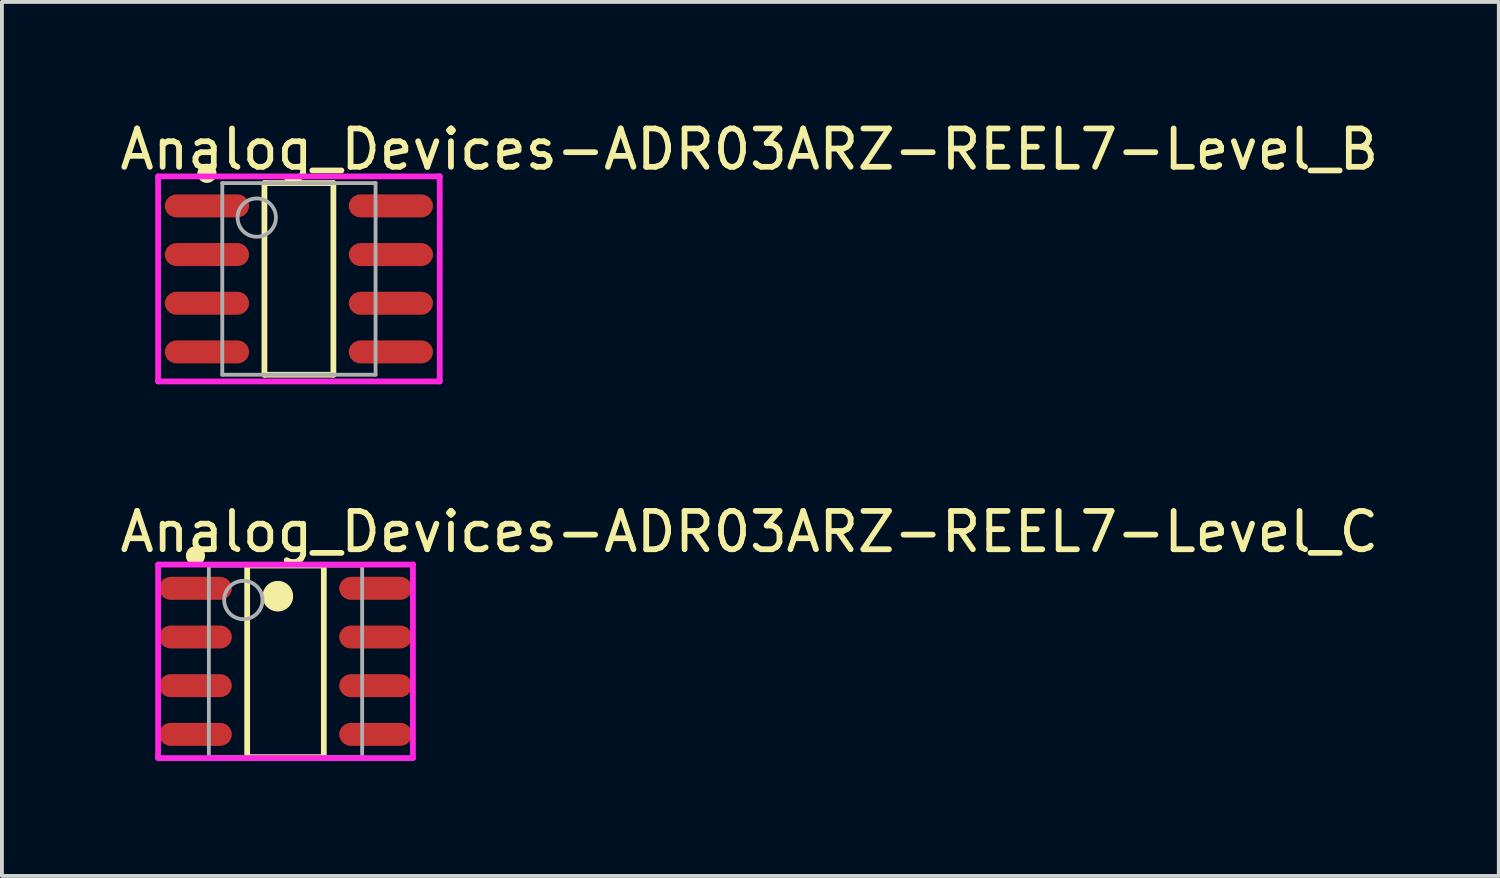
<source format=kicad_pcb>
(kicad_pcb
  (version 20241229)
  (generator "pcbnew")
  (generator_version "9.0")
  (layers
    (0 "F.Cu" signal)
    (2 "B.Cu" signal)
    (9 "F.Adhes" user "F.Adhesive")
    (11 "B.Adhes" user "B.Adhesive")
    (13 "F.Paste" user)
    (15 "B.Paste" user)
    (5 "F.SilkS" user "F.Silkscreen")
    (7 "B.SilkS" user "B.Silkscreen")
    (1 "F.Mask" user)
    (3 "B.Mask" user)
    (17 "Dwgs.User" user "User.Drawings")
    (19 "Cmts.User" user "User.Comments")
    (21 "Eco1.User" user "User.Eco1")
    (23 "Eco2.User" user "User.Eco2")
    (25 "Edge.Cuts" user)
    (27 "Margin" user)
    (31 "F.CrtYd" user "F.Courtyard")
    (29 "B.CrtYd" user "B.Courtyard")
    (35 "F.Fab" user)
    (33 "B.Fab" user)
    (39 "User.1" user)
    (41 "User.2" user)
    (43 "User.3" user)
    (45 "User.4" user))
  (footprint "Analog_Devices-ADR03ARZ-REEL7-Level_C"
    (layer "F.Cu")
    (at 4.4 14.207)
    (property "Reference" "Analog_Devices-ADR03ARZ-REEL7-Level_C" (at -4.4 -3.38 0) (layer "F.SilkS") (effects (font (size 1 1) (thickness 0.15)) (justify left)))
    (attr through_hole)
    (fp_line (start -1 -2.5) (end 1 -2.5) (stroke (width 0.15) (type solid)) (layer "F.SilkS"))
    (fp_line (start -1 2.5) (end -1 -2.5) (stroke (width 0.15) (type solid)) (layer "F.SilkS"))
    (fp_line (start -1 2.5) (end 1 2.5) (stroke (width 0.15) (type solid)) (layer "F.SilkS"))
    (fp_line (start 1 2.5) (end 1 -2.5) (stroke (width 0.15) (type solid)) (layer "F.SilkS"))
    (fp_circle (center -2.35 -2.755) (end -2.225 -2.755) (stroke (width 0.25) (type solid)) (fill no) (layer "F.SilkS"))
    (fp_circle (center -0.2 -1.7) (end 0 -1.7) (stroke (width 0.4) (type solid)) (fill no) (layer "F.SilkS"))
    (fp_line (start -3.325 -2.525) (end -3.325 2.525) (stroke (width 0.15) (type solid)) (layer "F.CrtYd"))
    (fp_line (start -3.325 2.525) (end 3.325 2.525) (stroke (width 0.15) (type solid)) (layer "F.CrtYd"))
    (fp_line (start 3.325 -2.525) (end -3.325 -2.525) (stroke (width 0.15) (type solid)) (layer "F.CrtYd"))
    (fp_line (start 3.325 -2.525) (end 3.325 -2.525) (stroke (width 0.15) (type solid)) (layer "F.CrtYd"))
    (fp_line (start 3.325 2.525) (end 3.325 -2.525) (stroke (width 0.15) (type solid)) (layer "F.CrtYd"))
    (fp_line (start -2 -2.5) (end 2 -2.5) (stroke (width 0.1) (type solid)) (layer "F.Fab"))
    (fp_line (start -2 2.5) (end -2 -2.5) (stroke (width 0.1) (type solid)) (layer "F.Fab"))
    (fp_line (start -2 2.5) (end 2 2.5) (stroke (width 0.1) (type solid)) (layer "F.Fab"))
    (fp_line (start 2 2.5) (end 2 -2.5) (stroke (width 0.1) (type solid)) (layer "F.Fab"))
    (fp_circle (center -1.1 -1.6) (end -0.6 -1.6) (stroke (width 0.1) (type solid)) (fill no) (layer "F.Fab"))
    (pad "1" smd roundrect (at -2.35 -1.905 270) (size 0.6 1.9) (layers "F.Cu" "F.Mask" "F.Paste") (roundrect_rratio 0.5))
    (pad "2" smd roundrect (at -2.35 -0.635 270) (size 0.6 1.9) (layers "F.Cu" "F.Mask" "F.Paste") (roundrect_rratio 0.5))
    (pad "3" smd roundrect (at -2.35 0.635 270) (size 0.6 1.9) (layers "F.Cu" "F.Mask" "F.Paste") (roundrect_rratio 0.5))
    (pad "4" smd roundrect (at -2.35 1.905 270) (size 0.6 1.9) (layers "F.Cu" "F.Mask" "F.Paste") (roundrect_rratio 0.5))
    (pad "5" smd roundrect (at 2.35 1.905 270) (size 0.6 1.9) (layers "F.Cu" "F.Mask" "F.Paste") (roundrect_rratio 0.5))
    (pad "6" smd roundrect (at 2.35 0.635 270) (size 0.6 1.9) (layers "F.Cu" "F.Mask" "F.Paste") (roundrect_rratio 0.5))
    (pad "7" smd roundrect (at 2.35 -0.635 270) (size 0.6 1.9) (layers "F.Cu" "F.Mask" "F.Paste") (roundrect_rratio 0.5))
    (pad "8" smd roundrect (at 2.35 -1.905 270) (size 0.6 1.9) (layers "F.Cu" "F.Mask" "F.Paste") (roundrect_rratio 0.5)))
  (footprint "Analog_Devices-ADR03ARZ-REEL7-Level_B"
    (layer "F.Cu")
    (at 4.75 4.228)
    (property "Reference" "Analog_Devices-ADR03ARZ-REEL7-Level_B" (at -4.75 -3.38 0) (layer "F.SilkS") (effects (font (size 1 1) (thickness 0.15)) (justify left)))
    (attr through_hole)
    (fp_line (start -0.9 -2.5) (end 0.9 -2.5) (stroke (width 0.15) (type solid)) (layer "F.SilkS"))
    (fp_line (start -0.9 2.5) (end -0.9 -2.5) (stroke (width 0.15) (type solid)) (layer "F.SilkS"))
    (fp_line (start -0.9 2.5) (end 0.9 2.5) (stroke (width 0.15) (type solid)) (layer "F.SilkS"))
    (fp_line (start 0.9 2.5) (end 0.9 -2.5) (stroke (width 0.15) (type solid)) (layer "F.SilkS"))
    (fp_circle (center -2.4 -2.755) (end -2.275 -2.755) (stroke (width 0.25) (type solid)) (fill no) (layer "F.SilkS"))
    (fp_line (start -3.675 -2.675) (end -3.675 2.675) (stroke (width 0.15) (type solid)) (layer "F.CrtYd"))
    (fp_line (start -3.675 2.675) (end 3.675 2.675) (stroke (width 0.15) (type solid)) (layer "F.CrtYd"))
    (fp_line (start 3.675 -2.675) (end -3.675 -2.675) (stroke (width 0.15) (type solid)) (layer "F.CrtYd"))
    (fp_line (start 3.675 -2.675) (end 3.675 -2.675) (stroke (width 0.15) (type solid)) (layer "F.CrtYd"))
    (fp_line (start 3.675 2.675) (end 3.675 -2.675) (stroke (width 0.15) (type solid)) (layer "F.CrtYd"))
    (fp_line (start -2 -2.5) (end 2 -2.5) (stroke (width 0.1) (type solid)) (layer "F.Fab"))
    (fp_line (start -2 2.5) (end -2 -2.5) (stroke (width 0.1) (type solid)) (layer "F.Fab"))
    (fp_line (start -2 2.5) (end 2 2.5) (stroke (width 0.1) (type solid)) (layer "F.Fab"))
    (fp_line (start 2 2.5) (end 2 -2.5) (stroke (width 0.1) (type solid)) (layer "F.Fab"))
    (fp_circle (center -1.1 -1.6) (end -0.6 -1.6) (stroke (width 0.1) (type solid)) (fill no) (layer "F.Fab"))
    (pad "1" smd roundrect (at -2.4 -1.905 270) (size 0.6 2.2) (layers "F.Cu" "F.Mask" "F.Paste") (roundrect_rratio 0.5))
    (pad "2" smd roundrect (at -2.4 -0.635 270) (size 0.6 2.2) (layers "F.Cu" "F.Mask" "F.Paste") (roundrect_rratio 0.5))
    (pad "3" smd roundrect (at -2.4 0.635 270) (size 0.6 2.2) (layers "F.Cu" "F.Mask" "F.Paste") (roundrect_rratio 0.5))
    (pad "4" smd roundrect (at -2.4 1.905 270) (size 0.6 2.2) (layers "F.Cu" "F.Mask" "F.Paste") (roundrect_rratio 0.5))
    (pad "5" smd roundrect (at 2.4 1.905 270) (size 0.6 2.2) (layers "F.Cu" "F.Mask" "F.Paste") (roundrect_rratio 0.5))
    (pad "6" smd roundrect (at 2.4 0.635 270) (size 0.6 2.2) (layers "F.Cu" "F.Mask" "F.Paste") (roundrect_rratio 0.5))
    (pad "7" smd roundrect (at 2.4 -0.635 270) (size 0.6 2.2) (layers "F.Cu" "F.Mask" "F.Paste") (roundrect_rratio 0.5))
    (pad "8" smd roundrect (at 2.4 -1.905 270) (size 0.6 2.2) (layers "F.Cu" "F.Mask" "F.Paste") (roundrect_rratio 0.5)))
  (gr_rect
    (start -3 -3)
    (end 36.06 19.807)
    (stroke (width 0.1) (type default))
    (fill no)
    (layer "Edge.Cuts")))
</source>
